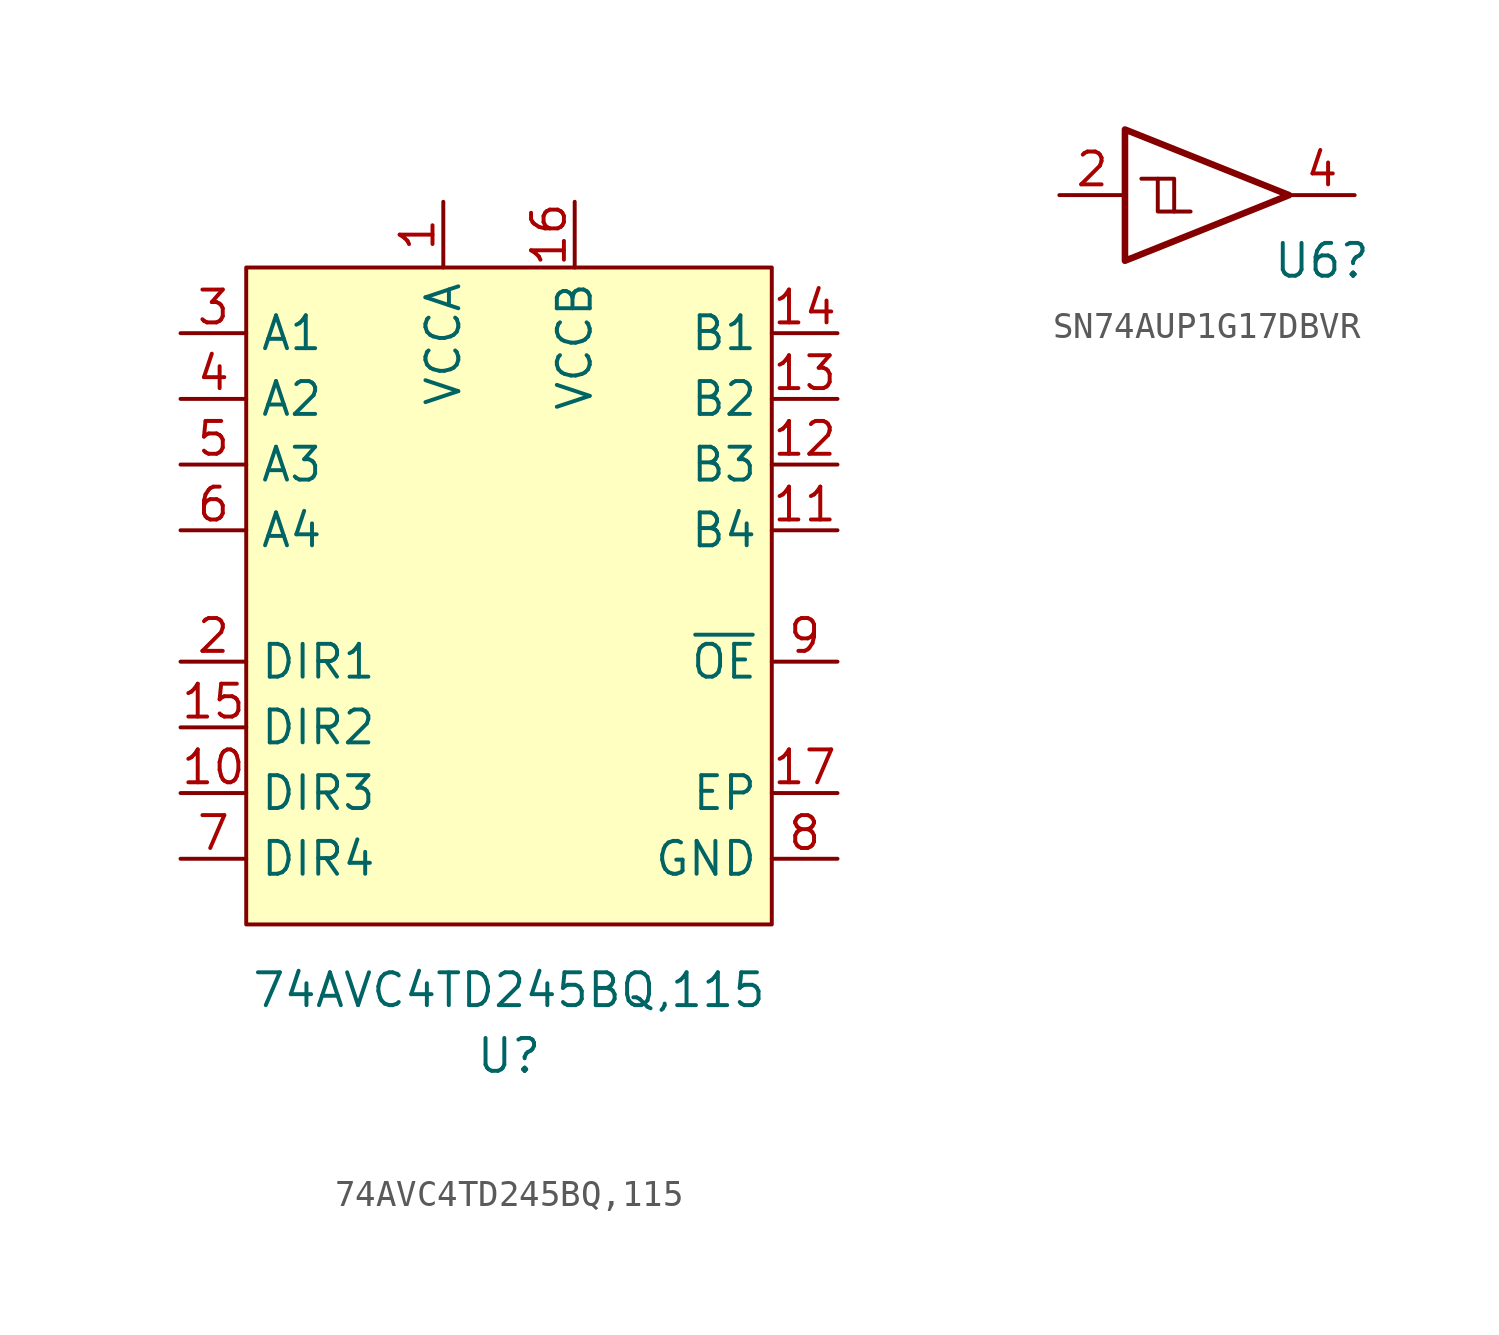
<source format=kicad_sym>
(kicad_symbol_lib
  (version 20220914)
  (generator kicad_symbol_editor)
  (symbol "74AVC4TD245BQ,115"
    (property "Reference" "U"
      (at 0 -17.78 0)
      (effects (font (size 1.27 1.27))))
    (property "Value" "74AVC4TD245BQ,115"
      (at 0 -15.24 0)
      (effects (font (size 1.27 1.27))))
    (symbol "74AVC4TD245BQ,115_1_1"
      (rectangle (start -10.16 12.7) (end 10.16 -12.7) (stroke (width 0) (type default)) (fill (type background)))
      (pin power_in line (at -2.54 15.24 270) (length 2.54) (name "VCCA" (effects (font (size 1.27 1.27)))) (number "1" (effects (font (size 1.27 1.27)))))
      (pin input line (at -12.7 -7.62 0) (length 2.54) (name "DIR3" (effects (font (size 1.27 1.27)))) (number "10" (effects (font (size 1.27 1.27)))))
      (pin bidirectional line (at 12.7 2.54 180) (length 2.54) (name "B4" (effects (font (size 1.27 1.27)))) (number "11" (effects (font (size 1.27 1.27)))))
      (pin bidirectional line (at 12.7 5.08 180) (length 2.54) (name "B3" (effects (font (size 1.27 1.27)))) (number "12" (effects (font (size 1.27 1.27)))))
      (pin bidirectional line (at 12.7 7.62 180) (length 2.54) (name "B2" (effects (font (size 1.27 1.27)))) (number "13" (effects (font (size 1.27 1.27)))))
      (pin bidirectional line (at 12.7 10.16 180) (length 2.54) (name "B1" (effects (font (size 1.27 1.27)))) (number "14" (effects (font (size 1.27 1.27)))))
      (pin input line (at -12.7 -5.08 0) (length 2.54) (name "DIR2" (effects (font (size 1.27 1.27)))) (number "15" (effects (font (size 1.27 1.27)))))
      (pin power_in line (at 2.54 15.24 270) (length 2.54) (name "VCCB" (effects (font (size 1.27 1.27)))) (number "16" (effects (font (size 1.27 1.27)))))
      (pin power_in line (at 12.7 -7.62 180) (length 2.54) (name "EP" (effects (font (size 1.27 1.27)))) (number "17" (effects (font (size 1.27 1.27)))))
      (pin input line (at -12.7 -2.54 0) (length 2.54) (name "DIR1" (effects (font (size 1.27 1.27)))) (number "2" (effects (font (size 1.27 1.27)))))
      (pin bidirectional line (at -12.7 10.16 0) (length 2.54) (name "A1" (effects (font (size 1.27 1.27)))) (number "3" (effects (font (size 1.27 1.27)))))
      (pin bidirectional line (at -12.7 7.62 0) (length 2.54) (name "A2" (effects (font (size 1.27 1.27)))) (number "4" (effects (font (size 1.27 1.27)))))
      (pin bidirectional line (at -12.7 5.08 0) (length 2.54) (name "A3" (effects (font (size 1.27 1.27)))) (number "5" (effects (font (size 1.27 1.27)))))
      (pin bidirectional line (at -12.7 2.54 0) (length 2.54) (name "A4" (effects (font (size 1.27 1.27)))) (number "6" (effects (font (size 1.27 1.27)))))
      (pin input line (at -12.7 -10.16 0) (length 2.54) (name "DIR4" (effects (font (size 1.27 1.27)))) (number "7" (effects (font (size 1.27 1.27)))))
      (pin power_in line (at 12.7 -10.16 180) (length 2.54) (name "GND" (effects (font (size 1.27 1.27)))) (number "8" (effects (font (size 1.27 1.27)))))
      (pin bidirectional line (at 12.7 -2.54 180) (length 2.54) (name "~{OE}" (effects (font (size 1.27 1.27)))) (number "9" (effects (font (size 1.27 1.27)))))))
  (symbol "SN74AUP1G17DBVR"
    (pin_names
      (offset 1.016))
    (property "Reference" "U6"
      (at 3.81 -2.54 0)
      (effects (font (size 1.27 1.27))))
    (symbol "SN74AUP1G17DBVR_0_1"
      (polyline (pts (xy -2.54 0.635) (xy -1.905 0.635) (xy -1.905 -0.635)) (stroke (width 0) (type default)) (fill (type none)))
      (polyline (pts (xy -3.81 2.54) (xy -3.81 -2.54) (xy 2.54 0) (xy -3.81 2.54)) (stroke (width 0.254) (type default)) (fill (type none)))
      (polyline (pts (xy -3.175 0.635) (xy -2.54 0.635) (xy -2.54 -0.635) (xy -1.27 -0.635)) (stroke (width 0) (type default)) (fill (type none))))
    (symbol "SN74AUP1G17DBVR_1_1"
      (pin no_connect line (at -6.35 -1.27 0) (length 2.54) hide (name "NC" (effects (font (size 1.27 1.27)))) (number "1" (effects (font (size 1.27 1.27)))))
      (pin input line (at -6.35 0 0) (length 2.54) (name "~" (effects (font (size 1.27 1.27)))) (number "2" (effects (font (size 1.27 1.27)))))
      (pin power_in line (at 0 -2.54 90) (length 0) hide (name "GND" (effects (font (size 1.016 1.016)))) (number "3" (effects (font (size 1.016 1.016)))))
      (pin output line (at 5.08 0 180) (length 2.54) (name "~" (effects (font (size 1.27 1.27)))) (number "4" (effects (font (size 1.27 1.27)))))
      (pin power_in line (at 0 2.54 90) (length 0) hide (name "VCC" (effects (font (size 1.016 1.016)))) (number "5" (effects (font (size 1.016 1.016))))))))
</source>
